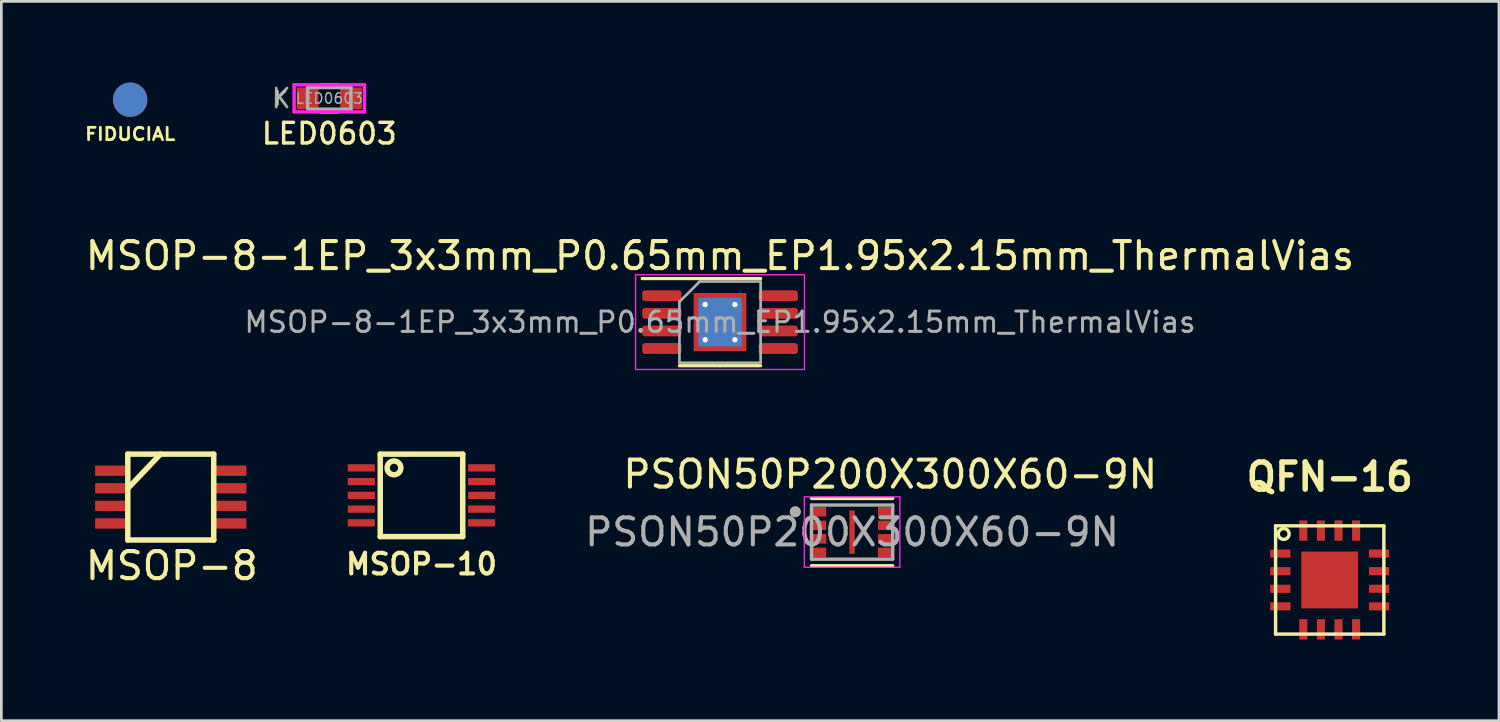
<source format=kicad_pcb>
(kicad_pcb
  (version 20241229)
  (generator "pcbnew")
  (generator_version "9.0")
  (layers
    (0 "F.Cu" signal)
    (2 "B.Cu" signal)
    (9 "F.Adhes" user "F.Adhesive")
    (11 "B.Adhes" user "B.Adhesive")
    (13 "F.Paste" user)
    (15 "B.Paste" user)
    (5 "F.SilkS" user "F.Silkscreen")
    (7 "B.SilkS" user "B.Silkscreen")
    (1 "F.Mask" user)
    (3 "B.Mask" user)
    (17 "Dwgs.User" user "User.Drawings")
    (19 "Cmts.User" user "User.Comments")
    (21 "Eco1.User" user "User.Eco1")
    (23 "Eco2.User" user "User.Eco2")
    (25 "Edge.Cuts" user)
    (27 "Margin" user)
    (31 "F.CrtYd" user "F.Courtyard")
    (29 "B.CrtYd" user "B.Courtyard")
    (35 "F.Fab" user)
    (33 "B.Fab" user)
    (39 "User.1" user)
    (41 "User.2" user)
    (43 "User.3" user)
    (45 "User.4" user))
  (footprint "MSOP-10"
    (layer "F.Cu")
    (at 12.523 15.253)
    (property "Reference" "MSOP-10" (at 0 2.54 0) (layer "F.SilkS") (effects (font (size 0.762 0.762) (thickness 0.152))))
    (attr smd)
    (fp_line (start -1.524 -1.524) (end 1.524 -1.524) (stroke (width 0.203) (type solid)) (layer "F.SilkS"))
    (fp_line (start -1.524 1.524) (end -1.524 -1.524) (stroke (width 0.203) (type solid)) (layer "F.SilkS"))
    (fp_line (start 1.524 -1.524) (end 1.524 1.524) (stroke (width 0.203) (type solid)) (layer "F.SilkS"))
    (fp_line (start 1.524 1.524) (end -1.524 1.524) (stroke (width 0.203) (type solid)) (layer "F.SilkS"))
    (fp_circle (center -1.016 -1.016) (end -0.762 -1.016) (stroke (width 0.203) (type solid)) (fill no) (layer "F.SilkS"))
    (pad "1" smd rect (at -2.223 -1.016 270) (size 0.269 1.001) (layers "F.Cu" "F.Mask" "F.Paste"))
    (pad "2" smd rect (at -2.223 -0.508 270) (size 0.269 1.001) (layers "F.Cu" "F.Mask" "F.Paste"))
    (pad "3" smd rect (at -2.223 0 270) (size 0.269 1.001) (layers "F.Cu" "F.Mask" "F.Paste"))
    (pad "4" smd rect (at -2.223 0.508 270) (size 0.269 1.001) (layers "F.Cu" "F.Mask" "F.Paste"))
    (pad "5" smd rect (at -2.223 1.016 270) (size 0.269 1.001) (layers "F.Cu" "F.Mask" "F.Paste"))
    (pad "6" smd rect (at 2.223 1.016 270) (size 0.269 1.001) (layers "F.Cu" "F.Mask" "F.Paste"))
    (pad "7" smd rect (at 2.223 0.508 270) (size 0.269 1.001) (layers "F.Cu" "F.Mask" "F.Paste"))
    (pad "8" smd rect (at 2.223 0 270) (size 0.269 1.001) (layers "F.Cu" "F.Mask" "F.Paste"))
    (pad "9" smd rect (at 2.223 -0.508 270) (size 0.269 1.001) (layers "F.Cu" "F.Mask" "F.Paste"))
    (pad "10" smd rect (at 2.223 -1.016 270) (size 0.269 1.001) (layers "F.Cu" "F.Mask" "F.Paste")))
  (footprint "FIDUCIAL"
    (layer "F.Cu")
    (at 1.759 0.635)
    (property "Reference" "FIDUCIAL" (at 0 1.27 0) (layer "F.SilkS") (effects (font (size 0.457 0.508) (thickness 0.102))))
    (attr through_hole)
    (pad "1" smd circle (at 0 0 270) (size 1.27 1.27) (layers "*.Cu" "*.Mask")))
  (footprint "MSOP-8"
    (layer "F.Cu")
    (at 3.298 15.316)
    (property "Reference" "MSOP-8" (at 0 2.54 0) (layer "F.SilkS") (effects (font (size 1.001 1.001) (thickness 0.152))))
    (attr through_hole)
    (fp_line (start -1.626 -1.587) (end -1.626 1.587) (stroke (width 0.203) (type solid)) (layer "F.SilkS"))
    (fp_line (start -1.626 -0.318) (end -0.419 -1.587) (stroke (width 0.203) (type solid)) (layer "F.SilkS"))
    (fp_line (start -1.626 1.587) (end 1.549 1.587) (stroke (width 0.203) (type solid)) (layer "F.SilkS"))
    (fp_line (start 1.549 -1.587) (end -1.626 -1.587) (stroke (width 0.203) (type solid)) (layer "F.SilkS"))
    (fp_line (start 1.549 1.587) (end 1.549 -1.587) (stroke (width 0.203) (type solid)) (layer "F.SilkS"))
    (pad "1" smd rect (at -2.197 -0.975 270) (size 0.381 1.27) (layers "F.Cu" "F.Mask" "F.Paste"))
    (pad "2" smd rect (at -2.197 -0.325 270) (size 0.381 1.27) (layers "F.Cu" "F.Mask" "F.Paste"))
    (pad "3" smd rect (at -2.197 0.325 270) (size 0.381 1.27) (layers "F.Cu" "F.Mask" "F.Paste"))
    (pad "4" smd rect (at -2.197 0.975 270) (size 0.381 1.27) (layers "F.Cu" "F.Mask" "F.Paste"))
    (pad "5" smd rect (at 2.121 0.975 270) (size 0.381 1.27) (layers "F.Cu" "F.Mask" "F.Paste"))
    (pad "6" smd rect (at 2.121 0.325 270) (size 0.381 1.27) (layers "F.Cu" "F.Mask" "F.Paste"))
    (pad "7" smd rect (at 2.121 -0.325 270) (size 0.381 1.27) (layers "F.Cu" "F.Mask" "F.Paste"))
    (pad "8" smd rect (at 2.121 -0.975 270) (size 0.381 1.27) (layers "F.Cu" "F.Mask" "F.Paste")))
  (footprint "MSOP-8-1EP_3x3mm_P0.65mm_EP1.95x2.15mm_ThermalVias"
    (layer "F.Cu")
    (at 23.554 8.852)
    (property "Reference" "MSOP-8-1EP_3x3mm_P0.65mm_EP1.95x2.15mm_ThermalVias" (at 0 -2.45 0) (layer "F.SilkS") (effects (font (size 1 1) (thickness 0.15))))
    (attr smd)
    (fp_line (start 0 -1.61) (end -2.875 -1.61) (stroke (width 0.12) (type solid)) (layer "F.SilkS"))
    (fp_line (start 0 -1.61) (end 1.5 -1.61) (stroke (width 0.12) (type solid)) (layer "F.SilkS"))
    (fp_line (start 0 1.61) (end -1.5 1.61) (stroke (width 0.12) (type solid)) (layer "F.SilkS"))
    (fp_line (start 0 1.61) (end 1.5 1.61) (stroke (width 0.12) (type solid)) (layer "F.SilkS"))
    (fp_line (start -3.12 -1.75) (end -3.12 1.75) (stroke (width 0.05) (type solid)) (layer "F.CrtYd"))
    (fp_line (start -3.12 1.75) (end 3.12 1.75) (stroke (width 0.05) (type solid)) (layer "F.CrtYd"))
    (fp_line (start 3.12 -1.75) (end -3.12 -1.75) (stroke (width 0.05) (type solid)) (layer "F.CrtYd"))
    (fp_line (start 3.12 1.75) (end 3.12 -1.75) (stroke (width 0.05) (type solid)) (layer "F.CrtYd"))
    (fp_line (start -1.5 -0.75) (end -0.75 -1.5) (stroke (width 0.1) (type solid)) (layer "F.Fab"))
    (fp_line (start -1.5 1.5) (end -1.5 -0.75) (stroke (width 0.1) (type solid)) (layer "F.Fab"))
    (fp_line (start -0.75 -1.5) (end 1.5 -1.5) (stroke (width 0.1) (type solid)) (layer "F.Fab"))
    (fp_line (start 1.5 -1.5) (end 1.5 1.5) (stroke (width 0.1) (type solid)) (layer "F.Fab"))
    (fp_line (start 1.5 1.5) (end -1.5 1.5) (stroke (width 0.1) (type solid)) (layer "F.Fab"))
    (fp_text user "${REFERENCE}" (at 0 0 0) (layer "F.Fab") (effects (font (size 0.75 0.75) (thickness 0.11))))
    (pad "" smd roundrect (at -0.49 -0.54) (size 0.82 0.9) (layers "F.Paste") (roundrect_rratio 0.25))
    (pad "" smd roundrect (at -0.49 0.54) (size 0.82 0.9) (layers "F.Paste") (roundrect_rratio 0.25))
    (pad "" smd roundrect (at 0.49 -0.54) (size 0.82 0.9) (layers "F.Paste") (roundrect_rratio 0.25))
    (pad "" smd roundrect (at 0.49 0.54) (size 0.82 0.9) (layers "F.Paste") (roundrect_rratio 0.25))
    (pad "1" smd roundrect (at -2.15 -0.975) (size 1.45 0.4) (layers "F.Cu" "F.Mask" "F.Paste") (roundrect_rratio 0.25))
    (pad "2" smd roundrect (at -2.15 -0.325) (size 1.45 0.4) (layers "F.Cu" "F.Mask" "F.Paste") (roundrect_rratio 0.25))
    (pad "3" smd roundrect (at -2.15 0.325) (size 1.45 0.4) (layers "F.Cu" "F.Mask" "F.Paste") (roundrect_rratio 0.25))
    (pad "4" smd roundrect (at -2.15 0.975) (size 1.45 0.4) (layers "F.Cu" "F.Mask" "F.Paste") (roundrect_rratio 0.25))
    (pad "5" smd roundrect (at 2.15 0.975) (size 1.45 0.4) (layers "F.Cu" "F.Mask" "F.Paste") (roundrect_rratio 0.25))
    (pad "6" smd roundrect (at 2.15 0.325) (size 1.45 0.4) (layers "F.Cu" "F.Mask" "F.Paste") (roundrect_rratio 0.25))
    (pad "7" smd roundrect (at 2.15 -0.325) (size 1.45 0.4) (layers "F.Cu" "F.Mask" "F.Paste") (roundrect_rratio 0.25))
    (pad "8" smd roundrect (at 2.15 -0.975) (size 1.45 0.4) (layers "F.Cu" "F.Mask" "F.Paste") (roundrect_rratio 0.25))
    (pad "9" thru_hole circle (at -0.55 -0.65) (size 0.5 0.5) (drill 0.2) (layers "*.Cu"))
    (pad "9" thru_hole circle (at -0.55 0.65) (size 0.5 0.5) (drill 0.2) (layers "*.Cu"))
    (pad "9" smd rect (at 0 0) (size 1.6 1.8) (layers "B.Cu"))
    (pad "9" smd rect (at 0 0) (size 1.95 2.15) (layers "F.Cu" "F.Mask"))
    (pad "9" thru_hole circle (at 0.55 -0.65) (size 0.5 0.5) (drill 0.2) (layers "*.Cu"))
    (pad "9" thru_hole circle (at 0.55 0.65) (size 0.5 0.5) (drill 0.2) (layers "*.Cu")))
  (footprint "LED0603"
    (layer "F.Cu")
    (at 9.117 0.585)
    (property "Reference" "LED0603" (at 0 1.3 0) (layer "F.SilkS") (effects (font (size 0.762 0.762) (thickness 0.127))))
    (attr smd)
    (fp_line (start -0.3 -0.5) (end 0.3 -0.5) (stroke (width 0.127) (type solid)) (layer "F.SilkS"))
    (fp_line (start -0.3 0.5) (end 0.3 0.5) (stroke (width 0.127) (type solid)) (layer "F.SilkS"))
    (fp_line (start -1.3 -0.5) (end -1.3 0.5) (stroke (width 0.127) (type solid)) (layer "F.CrtYd"))
    (fp_line (start -1.3 0.5) (end 1.3 0.5) (stroke (width 0.127) (type solid)) (layer "F.CrtYd"))
    (fp_line (start 1.3 -0.5) (end -1.3 -0.5) (stroke (width 0.127) (type solid)) (layer "F.CrtYd"))
    (fp_line (start 1.3 0.5) (end 1.3 -0.5) (stroke (width 0.127) (type solid)) (layer "F.CrtYd"))
    (fp_line (start -0.8 -0.4) (end -0.8 0.4) (stroke (width 0.127) (type solid)) (layer "F.Fab"))
    (fp_line (start -0.8 0.4) (end 0.8 0.4) (stroke (width 0.127) (type solid)) (layer "F.Fab"))
    (fp_line (start 0.8 -0.4) (end -0.8 -0.4) (stroke (width 0.127) (type solid)) (layer "F.Fab"))
    (fp_line (start 0.8 0.4) (end 0.8 -0.4) (stroke (width 0.127) (type solid)) (layer "F.Fab"))
    (fp_text user "K" (at -1.778 0 0) (layer "F.SilkS") (effects (font (size 0.508 0.508) (thickness 0.076))))
    (fp_text user "${REFERENCE}" (at 0 0 0) (layer "F.Fab") (effects (font (size 0.381 0.381) (thickness 0.051))))
    (fp_text user "K" (at -1.778 0 0) (layer "F.Fab") (effects (font (size 0.7 0.7) (thickness 0.1))))
    (pad "A" smd rect (at 0.8 0) (size 0.8 0.8) (layers "F.Cu" "F.Mask" "F.Paste"))
    (pad "K" smd rect (at -0.8 0) (size 0.8 0.8) (layers "F.Cu" "F.Mask" "F.Paste")))
  (footprint "QFN-16"
    (layer "F.Cu")
    (at 46.081 18.379)
    (property "Reference" "QFN-16" (at 0 -3.81 0) (layer "F.SilkS") (effects (font (size 1.001 1.001) (thickness 0.203))))
    (attr through_hole)
    (fp_line (start -2 -2) (end -2 2) (stroke (width 0.127) (type solid)) (layer "F.SilkS"))
    (fp_line (start -2 2) (end 2 2) (stroke (width 0.127) (type solid)) (layer "F.SilkS"))
    (fp_line (start 2 -2) (end -2 -2) (stroke (width 0.127) (type solid)) (layer "F.SilkS"))
    (fp_line (start 2 2) (end 2 -2) (stroke (width 0.127) (type solid)) (layer "F.SilkS"))
    (fp_circle (center -1.7 -1.7) (end -1.7 -1.5) (stroke (width 0.127) (type solid)) (fill no) (layer "F.SilkS"))
    (pad "1" smd rect (at -1.825 -0.975) (size 0.75 0.3) (layers "F.Cu" "F.Mask" "F.Paste"))
    (pad "2" smd rect (at -1.825 -0.325) (size 0.75 0.3) (layers "F.Cu" "F.Mask" "F.Paste"))
    (pad "3" smd rect (at -1.825 0.325) (size 0.75 0.3) (layers "F.Cu" "F.Mask" "F.Paste"))
    (pad "4" smd rect (at -1.825 0.975) (size 0.75 0.3) (layers "F.Cu" "F.Mask" "F.Paste"))
    (pad "5" smd rect (at -0.975 1.825 90) (size 0.75 0.3) (layers "F.Cu" "F.Mask" "F.Paste"))
    (pad "6" smd rect (at -0.325 1.825 90) (size 0.75 0.3) (layers "F.Cu" "F.Mask" "F.Paste"))
    (pad "7" smd rect (at 0.325 1.825 90) (size 0.75 0.3) (layers "F.Cu" "F.Mask" "F.Paste"))
    (pad "8" smd rect (at 0.975 1.825 90) (size 0.75 0.3) (layers "F.Cu" "F.Mask" "F.Paste"))
    (pad "9" smd rect (at 1.825 0.975) (size 0.75 0.3) (layers "F.Cu" "F.Mask" "F.Paste"))
    (pad "10" smd rect (at 1.825 0.325) (size 0.75 0.3) (layers "F.Cu" "F.Mask" "F.Paste"))
    (pad "11" smd rect (at 1.825 -0.325) (size 0.75 0.3) (layers "F.Cu" "F.Mask" "F.Paste"))
    (pad "12" smd rect (at 1.825 -0.975) (size 0.75 0.3) (layers "F.Cu" "F.Mask" "F.Paste"))
    (pad "13" smd rect (at 0.975 -1.825 270) (size 0.75 0.3) (layers "F.Cu" "F.Mask" "F.Paste"))
    (pad "14" smd rect (at 0.325 -1.825 270) (size 0.75 0.3) (layers "F.Cu" "F.Mask" "F.Paste"))
    (pad "15" smd rect (at -0.325 -1.825 270) (size 0.75 0.3) (layers "F.Cu" "F.Mask" "F.Paste"))
    (pad "16" smd rect (at -0.975 -1.825 270) (size 0.75 0.3) (layers "F.Cu" "F.Mask" "F.Paste"))
    (pad "17" smd rect (at 0 0) (size 2.1 2.1) (layers "F.Cu" "F.Mask" "F.Paste")))
  (footprint "PSON50P200X300X60-9N"
    (layer "F.Cu")
    (at 28.434 16.61)
    (property "Reference" "PSON50P200X300X60-9N" (at 1.41 -2.135 0) (layer "F.SilkS") (effects (font (size 1 1) (thickness 0.15))))
    (attr through_hole)
    (fp_line (start -1.5 -1.245) (end 1.5 -1.245) (stroke (width 0.127) (type solid)) (layer "F.SilkS"))
    (fp_line (start 1.5 1.245) (end -1.5 1.245) (stroke (width 0.127) (type solid)) (layer "F.SilkS"))
    (fp_circle (center -2.1 -0.75) (end -2 -0.75) (stroke (width 0.2) (type solid)) (fill no) (layer "F.SilkS"))
    (fp_poly (pts (xy -0.045 -0.76) (xy 0.045 -0.76) (xy 0.045 -0.02) (xy -0.045 -0.02)) (stroke (width 0.01) (type solid)) (fill yes) (layer "F.Paste"))
    (fp_poly (pts (xy -0.045 0.02) (xy 0.045 0.02) (xy 0.045 0.76) (xy -0.045 0.76)) (stroke (width 0.01) (type solid)) (fill yes) (layer "F.Paste"))
    (fp_line (start -1.765 -1.3) (end -1.765 1.3) (stroke (width 0.05) (type solid)) (layer "F.CrtYd"))
    (fp_line (start -1.765 1.3) (end 1.765 1.3) (stroke (width 0.05) (type solid)) (layer "F.CrtYd"))
    (fp_line (start 1.765 -1.3) (end -1.765 -1.3) (stroke (width 0.05) (type solid)) (layer "F.CrtYd"))
    (fp_line (start 1.765 1.3) (end 1.765 -1.3) (stroke (width 0.05) (type solid)) (layer "F.CrtYd"))
    (fp_line (start -1.5 -1) (end 1.5 -1) (stroke (width 0.127) (type solid)) (layer "F.Fab"))
    (fp_line (start -1.5 1) (end -1.5 -1) (stroke (width 0.127) (type solid)) (layer "F.Fab"))
    (fp_line (start 1.5 -1) (end 1.5 1) (stroke (width 0.127) (type solid)) (layer "F.Fab"))
    (fp_line (start 1.5 1) (end -1.5 1) (stroke (width 0.127) (type solid)) (layer "F.Fab"))
    (fp_circle (center -2.1 -0.75) (end -2 -0.75) (stroke (width 0.2) (type solid)) (fill no) (layer "F.Fab"))
    (fp_text user "${REFERENCE}" (at 0 0 0) (layer "F.Fab") (effects (font (size 1 1) (thickness 0.15))))
    (pad "1" smd rect (at -1.235 -0.75) (size 0.56 0.35) (layers "F.Cu" "F.Mask" "F.Paste"))
    (pad "2" smd rect (at -1.235 -0.25) (size 0.56 0.35) (layers "F.Cu" "F.Mask" "F.Paste"))
    (pad "3" smd rect (at -1.235 0.25) (size 0.56 0.35) (layers "F.Cu" "F.Mask" "F.Paste"))
    (pad "4" smd rect (at -1.235 0.75) (size 0.56 0.35) (layers "F.Cu" "F.Mask" "F.Paste"))
    (pad "5" smd rect (at 1.235 0.75) (size 0.56 0.35) (layers "F.Cu" "F.Mask" "F.Paste"))
    (pad "6" smd rect (at 1.235 0.25) (size 0.56 0.35) (layers "F.Cu" "F.Mask" "F.Paste"))
    (pad "7" smd rect (at 1.235 -0.25) (size 0.56 0.35) (layers "F.Cu" "F.Mask" "F.Paste"))
    (pad "8" smd rect (at 1.235 -0.75) (size 0.56 0.35) (layers "F.Cu" "F.Mask" "F.Paste"))
    (pad "9" smd rect (at 0 0) (size 0.2 1.6) (layers "F.Cu" "F.Mask")))
  (gr_rect
    (start -3 -3)
    (end 52.335 23.579)
    (stroke (width 0.1) (type default))
    (fill no)
    (layer "Edge.Cuts")))
</source>
